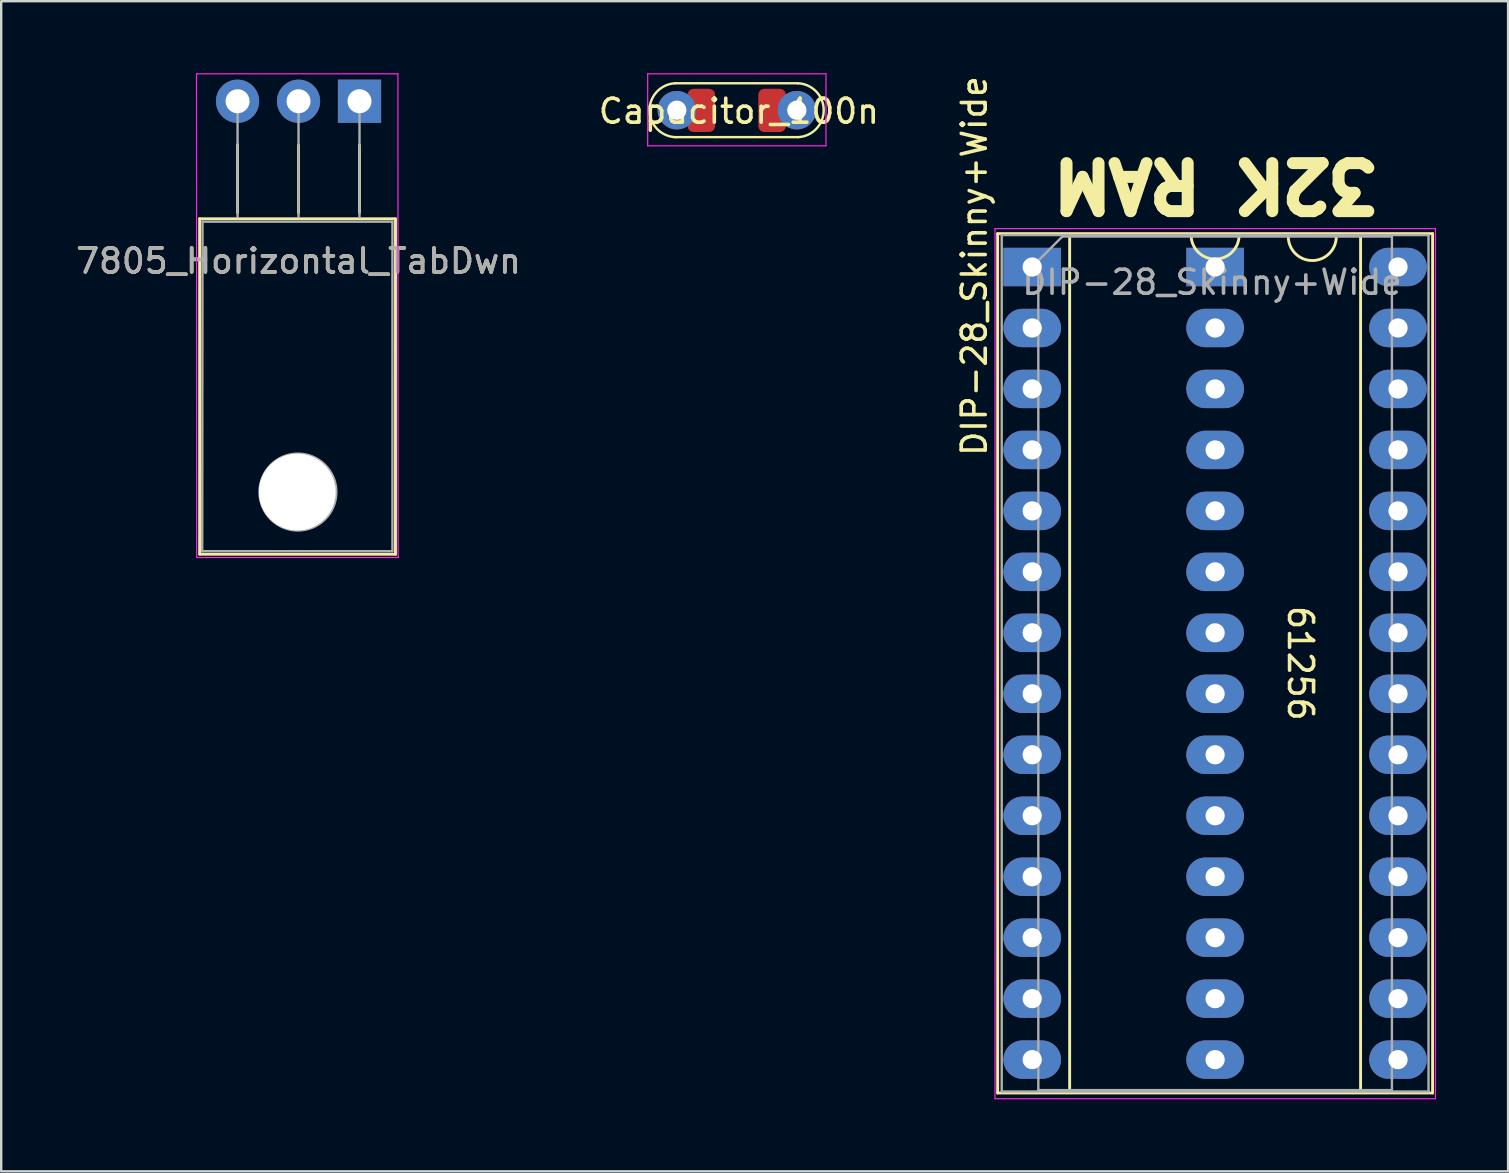
<source format=kicad_pcb>
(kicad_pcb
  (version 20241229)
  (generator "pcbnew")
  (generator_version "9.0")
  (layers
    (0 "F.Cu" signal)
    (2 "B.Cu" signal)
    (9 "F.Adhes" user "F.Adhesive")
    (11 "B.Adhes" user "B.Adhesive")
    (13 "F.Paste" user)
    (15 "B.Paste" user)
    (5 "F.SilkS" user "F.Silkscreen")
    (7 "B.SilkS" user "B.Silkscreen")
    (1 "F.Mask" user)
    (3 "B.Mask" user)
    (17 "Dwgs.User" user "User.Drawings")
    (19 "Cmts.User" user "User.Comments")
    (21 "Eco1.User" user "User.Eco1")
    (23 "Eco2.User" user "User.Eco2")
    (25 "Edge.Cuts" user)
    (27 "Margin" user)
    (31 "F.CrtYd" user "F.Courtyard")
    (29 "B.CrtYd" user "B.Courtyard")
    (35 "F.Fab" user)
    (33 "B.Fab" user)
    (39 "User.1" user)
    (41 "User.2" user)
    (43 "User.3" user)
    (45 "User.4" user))
  (footprint "DIP-28_Skinny+Wide"
    (layer "F.Cu")
    (at 39.952 8.074)
    (property "Reference" "DIP-28_Skinny+Wide" (at -2.413 -0.044 270) (layer "F.SilkS") (effects (font (size 1 1) (thickness 0.15))))
    (attr through_hole)
    (fp_line (start -1.44 -1.39) (end -1.44 34.41) (stroke (width 0.12) (type solid)) (layer "F.SilkS"))
    (fp_line (start -1.44 34.41) (end 16.68 34.41) (stroke (width 0.12) (type solid)) (layer "F.SilkS"))
    (fp_line (start 1.56 -1.33) (end 1.56 34.35) (stroke (width 0.12) (type solid)) (layer "F.SilkS"))
    (fp_line (start 1.56 34.35) (end 13.68 34.35) (stroke (width 0.12) (type solid)) (layer "F.SilkS"))
    (fp_line (start 6.62 -1.33) (end 1.56 -1.33) (stroke (width 0.12) (type solid)) (layer "F.SilkS"))
    (fp_line (start 13.68 -1.33) (end 8.62 -1.33) (stroke (width 0.12) (type solid)) (layer "F.SilkS"))
    (fp_line (start 13.68 34.35) (end 13.68 -1.33) (stroke (width 0.12) (type solid)) (layer "F.SilkS"))
    (fp_line (start 16.68 -1.39) (end -1.44 -1.39) (stroke (width 0.12) (type solid)) (layer "F.SilkS"))
    (fp_line (start 16.68 34.41) (end 16.68 -1.39) (stroke (width 0.12) (type solid)) (layer "F.SilkS"))
    (fp_arc (start 8.62 -1.33) (mid 7.62 -0.33) (end 6.62 -1.33) (stroke (width 0.12) (type solid)) (layer "F.SilkS"))
    (fp_arc (start 12.668 -1.27) (mid 11.668 -0.27) (end 10.668 -1.27) (stroke (width 0.12) (type solid)) (layer "F.SilkS"))
    (fp_line (start -1.55 -1.6) (end -1.55 34.65) (stroke (width 0.05) (type solid)) (layer "F.CrtYd"))
    (fp_line (start -1.55 34.65) (end 16.8 34.65) (stroke (width 0.05) (type solid)) (layer "F.CrtYd"))
    (fp_line (start 16.8 -1.6) (end -1.55 -1.6) (stroke (width 0.05) (type solid)) (layer "F.CrtYd"))
    (fp_line (start 16.8 34.65) (end 16.8 -1.6) (stroke (width 0.05) (type solid)) (layer "F.CrtYd"))
    (fp_line (start -1.27 -1.33) (end -1.27 34.35) (stroke (width 0.1) (type solid)) (layer "F.Fab"))
    (fp_line (start -1.27 34.35) (end 16.51 34.35) (stroke (width 0.1) (type solid)) (layer "F.Fab"))
    (fp_line (start 0.255 -0.27) (end 1.255 -1.27) (stroke (width 0.1) (type solid)) (layer "F.Fab"))
    (fp_line (start 0.255 34.29) (end 0.255 -0.27) (stroke (width 0.1) (type solid)) (layer "F.Fab"))
    (fp_line (start 1.255 -1.27) (end 14.985 -1.27) (stroke (width 0.1) (type solid)) (layer "F.Fab"))
    (fp_line (start 14.985 -1.27) (end 14.985 34.29) (stroke (width 0.1) (type solid)) (layer "F.Fab"))
    (fp_line (start 14.985 34.29) (end 0.255 34.29) (stroke (width 0.1) (type solid)) (layer "F.Fab"))
    (fp_line (start 16.51 -1.33) (end -1.27 -1.33) (stroke (width 0.1) (type solid)) (layer "F.Fab"))
    (fp_line (start 16.51 34.35) (end 16.51 -1.33) (stroke (width 0.1) (type solid)) (layer "F.Fab"))
    (fp_text user "61256" (at 11.176 16.51 270) (unlocked yes) (layer "F.SilkS") (effects (font (size 1 1) (thickness 0.15))))
    (fp_text user "32K RAM" (at 7.62 -3.429 180) (unlocked yes) (layer "F.SilkS") (effects (font (size 2 2) (thickness 0.5))))
    (fp_text user "${REFERENCE}" (at 7.493 0.635 180) (layer "F.Fab") (effects (font (size 1 1) (thickness 0.15))))
    (pad "1" thru_hole rect (at 0 0) (size 2.4 1.6) (drill 0.8) (layers "*.Cu" "*.Mask"))
    (pad "1" thru_hole rect (at 7.62 0) (size 2.4 1.6) (drill 0.8) (layers "*.Cu" "*.Mask"))
    (pad "2" thru_hole oval (at 0 2.54) (size 2.4 1.6) (drill 0.8) (layers "*.Cu" "*.Mask"))
    (pad "2" thru_hole oval (at 7.62 2.54) (size 2.4 1.6) (drill 0.8) (layers "*.Cu" "*.Mask"))
    (pad "3" thru_hole oval (at 0 5.08) (size 2.4 1.6) (drill 0.8) (layers "*.Cu" "*.Mask"))
    (pad "3" thru_hole oval (at 7.62 5.08) (size 2.4 1.6) (drill 0.8) (layers "*.Cu" "*.Mask"))
    (pad "4" thru_hole oval (at 0 7.62) (size 2.4 1.6) (drill 0.8) (layers "*.Cu" "*.Mask"))
    (pad "4" thru_hole oval (at 7.62 7.62) (size 2.4 1.6) (drill 0.8) (layers "*.Cu" "*.Mask"))
    (pad "5" thru_hole oval (at 0 10.16) (size 2.4 1.6) (drill 0.8) (layers "*.Cu" "*.Mask"))
    (pad "5" thru_hole oval (at 7.62 10.16) (size 2.4 1.6) (drill 0.8) (layers "*.Cu" "*.Mask"))
    (pad "6" thru_hole oval (at 0 12.7) (size 2.4 1.6) (drill 0.8) (layers "*.Cu" "*.Mask"))
    (pad "6" thru_hole oval (at 7.62 12.7) (size 2.4 1.6) (drill 0.8) (layers "*.Cu" "*.Mask"))
    (pad "7" thru_hole oval (at 0 15.24) (size 2.4 1.6) (drill 0.8) (layers "*.Cu" "*.Mask"))
    (pad "7" thru_hole oval (at 7.62 15.24) (size 2.4 1.6) (drill 0.8) (layers "*.Cu" "*.Mask"))
    (pad "8" thru_hole oval (at 0 17.78) (size 2.4 1.6) (drill 0.8) (layers "*.Cu" "*.Mask"))
    (pad "8" thru_hole oval (at 7.62 17.78) (size 2.4 1.6) (drill 0.8) (layers "*.Cu" "*.Mask"))
    (pad "9" thru_hole oval (at 0 20.32) (size 2.4 1.6) (drill 0.8) (layers "*.Cu" "*.Mask"))
    (pad "9" thru_hole oval (at 7.62 20.32) (size 2.4 1.6) (drill 0.8) (layers "*.Cu" "*.Mask"))
    (pad "10" thru_hole oval (at 0 22.86) (size 2.4 1.6) (drill 0.8) (layers "*.Cu" "*.Mask"))
    (pad "10" thru_hole oval (at 7.62 22.86) (size 2.4 1.6) (drill 0.8) (layers "*.Cu" "*.Mask"))
    (pad "11" thru_hole oval (at 0 25.4) (size 2.4 1.6) (drill 0.8) (layers "*.Cu" "*.Mask"))
    (pad "11" thru_hole oval (at 7.62 25.4) (size 2.4 1.6) (drill 0.8) (layers "*.Cu" "*.Mask"))
    (pad "12" thru_hole oval (at 0 27.94) (size 2.4 1.6) (drill 0.8) (layers "*.Cu" "*.Mask"))
    (pad "12" thru_hole oval (at 7.62 27.94) (size 2.4 1.6) (drill 0.8) (layers "*.Cu" "*.Mask"))
    (pad "13" thru_hole oval (at 0 30.48) (size 2.4 1.6) (drill 0.8) (layers "*.Cu" "*.Mask"))
    (pad "13" thru_hole oval (at 7.62 30.48) (size 2.4 1.6) (drill 0.8) (layers "*.Cu" "*.Mask"))
    (pad "14" thru_hole oval (at 0 33.02) (size 2.4 1.6) (drill 0.8) (layers "*.Cu" "*.Mask"))
    (pad "14" thru_hole oval (at 7.62 33.02) (size 2.4 1.6) (drill 0.8) (layers "*.Cu" "*.Mask"))
    (pad "15" thru_hole oval (at 15.24 33.02) (size 2.4 1.6) (drill 0.8) (layers "*.Cu" "*.Mask"))
    (pad "16" thru_hole oval (at 15.24 30.48) (size 2.4 1.6) (drill 0.8) (layers "*.Cu" "*.Mask"))
    (pad "17" thru_hole oval (at 15.24 27.94) (size 2.4 1.6) (drill 0.8) (layers "*.Cu" "*.Mask"))
    (pad "18" thru_hole oval (at 15.24 25.4) (size 2.4 1.6) (drill 0.8) (layers "*.Cu" "*.Mask"))
    (pad "19" thru_hole oval (at 15.24 22.86) (size 2.4 1.6) (drill 0.8) (layers "*.Cu" "*.Mask"))
    (pad "20" thru_hole oval (at 15.24 20.32) (size 2.4 1.6) (drill 0.8) (layers "*.Cu" "*.Mask"))
    (pad "21" thru_hole oval (at 15.24 17.78) (size 2.4 1.6) (drill 0.8) (layers "*.Cu" "*.Mask"))
    (pad "22" thru_hole oval (at 15.24 15.24) (size 2.4 1.6) (drill 0.8) (layers "*.Cu" "*.Mask"))
    (pad "23" thru_hole oval (at 15.24 12.7) (size 2.4 1.6) (drill 0.8) (layers "*.Cu" "*.Mask"))
    (pad "24" thru_hole oval (at 15.24 10.16) (size 2.4 1.6) (drill 0.8) (layers "*.Cu" "*.Mask"))
    (pad "25" thru_hole oval (at 15.24 7.62) (size 2.4 1.6) (drill 0.8) (layers "*.Cu" "*.Mask"))
    (pad "26" thru_hole oval (at 15.24 5.08) (size 2.4 1.6) (drill 0.8) (layers "*.Cu" "*.Mask"))
    (pad "27" thru_hole oval (at 15.24 2.54) (size 2.4 1.6) (drill 0.8) (layers "*.Cu" "*.Mask"))
    (pad "28" thru_hole oval (at 15.24 0) (size 2.4 1.6) (drill 0.8) (layers "*.Cu" "*.Mask")))
  (footprint "Capacitor_100n"
    (layer "F.Cu")
    (at 25.146 1.541)
    (property "Reference" "Capacitor_100n" (at 2.586 0.044 180) (layer "F.SilkS") (effects (font (size 1 1) (thickness 0.15))))
    (attr through_hole)
    (fp_line (start -0.064 -1.122) (end 5.042 -1.122) (stroke (width 0.1) (type solid)) (layer "F.SilkS"))
    (fp_line (start -0.058 1.123) (end 5.049 1.123) (stroke (width 0.1) (type solid)) (layer "F.SilkS"))
    (fp_arc (start -0.057569 1.123299) (mid -1.136599 0.003726) (end -0.064172 -1.122175) (stroke (width 0.1) (type default)) (layer "F.SilkS"))
    (fp_arc (start 5.041948 -1.122175) (mid 6.120978 -0.002602) (end 5.048551 1.123299) (stroke (width 0.1) (type default)) (layer "F.SilkS"))
    (fp_line (start -1.214 -1.516) (end -1.214 1.484) (stroke (width 0.05) (type solid)) (layer "F.CrtYd"))
    (fp_line (start -1.214 1.484) (end 6.214 1.484) (stroke (width 0.05) (type solid)) (layer "F.CrtYd"))
    (fp_line (start 6.214 -1.516) (end -1.214 -1.516) (stroke (width 0.05) (type solid)) (layer "F.CrtYd"))
    (fp_line (start 6.214 1.484) (end 6.214 -1.516) (stroke (width 0.05) (type solid)) (layer "F.CrtYd"))
    (pad "1" thru_hole circle (at 0 0) (size 1.6 1.6) (drill 0.8) (layers "*.Cu" "*.Mask"))
    (pad "1" smd roundrect (at 1.019 0.009) (size 1.15 1.8) (layers "F.Cu" "F.Mask" "F.Paste") (roundrect_rratio 0.217))
    (pad "2" smd roundrect (at 3.969 0.009) (size 1.15 1.8) (layers "F.Cu" "F.Mask" "F.Paste") (roundrect_rratio 0.217))
    (pad "2" thru_hole circle (at 5 0) (size 1.6 1.6) (drill 0.8) (layers "*.Cu" "*.Mask")))
  (footprint "7805_Horizontal_TabDwn"
    (layer "F.Cu")
    (at 6.847 1.168)
    (property "Reference" "7805_Horizontal_TabDwn" (at 2.54 6.655 180) (layer "F.SilkS") (effects (font (size 1 1) (thickness 0.15))))
    (attr through_hole)
    (fp_line (start -1.58 4.896) (end -1.58 18.872) (stroke (width 0.12) (type solid)) (layer "F.SilkS"))
    (fp_line (start -1.58 4.896) (end 6.579 4.896) (stroke (width 0.12) (type solid)) (layer "F.SilkS"))
    (fp_line (start -1.575 18.872) (end 6.579 18.872) (stroke (width 0.12) (type solid)) (layer "F.SilkS"))
    (fp_line (start 0 1.812) (end 0 4.642) (stroke (width 0.12) (type solid)) (layer "F.SilkS"))
    (fp_line (start 2.54 1.828) (end 2.54 4.642) (stroke (width 0.12) (type solid)) (layer "F.SilkS"))
    (fp_line (start 5.08 1.828) (end 5.08 4.642) (stroke (width 0.12) (type solid)) (layer "F.SilkS"))
    (fp_line (start 6.579 4.902) (end 6.579 18.872) (stroke (width 0.12) (type solid)) (layer "F.SilkS"))
    (fp_line (start -1.71 -1.143) (end -1.702 19.009) (stroke (width 0.05) (type solid)) (layer "F.CrtYd"))
    (fp_line (start -1.702 19.009) (end 6.688 19.009) (stroke (width 0.05) (type solid)) (layer "F.CrtYd"))
    (fp_line (start 6.68 -1.143) (end -1.71 -1.143) (stroke (width 0.05) (type solid)) (layer "F.CrtYd"))
    (fp_line (start 6.688 19.009) (end 6.68 -1.143) (stroke (width 0.05) (type solid)) (layer "F.CrtYd"))
    (fp_line (start -1.473 18.745) (end 6.452 18.745) (stroke (width 0.1) (type solid)) (layer "F.Fab"))
    (fp_line (start -1.46 5.016) (end -1.473 18.745) (stroke (width 0.1) (type solid)) (layer "F.Fab"))
    (fp_line (start 0 4.826) (end 0 0) (stroke (width 0.1) (type solid)) (layer "F.Fab"))
    (fp_line (start 2.54 4.826) (end 2.54 0) (stroke (width 0.1) (type solid)) (layer "F.Fab"))
    (fp_line (start 5.08 4.826) (end 5.08 0) (stroke (width 0.1) (type solid)) (layer "F.Fab"))
    (fp_line (start 6.452 5.016) (end -1.46 5.016) (stroke (width 0.1) (type solid)) (layer "F.Fab"))
    (fp_line (start 6.452 18.745) (end 6.452 5.016) (stroke (width 0.1) (type solid)) (layer "F.Fab"))
    (fp_circle (center 2.515 16.281) (end 4.115 16.281) (stroke (width 0.1) (type solid)) (fill no) (layer "F.Fab"))
    (fp_text user "${REFERENCE}" (at 2.54 6.655 0) (layer "F.Fab") (effects (font (size 1 1) (thickness 0.15))))
    (pad "" np_thru_hole oval (at 2.489 16.281) (size 3.2 3.2) (drill 3.2) (layers "*.Cu" "*.Mask"))
    (pad "1" thru_hole rect (at 5.08 0) (size 1.8 1.8) (drill 1) (layers "*.Cu" "*.Mask"))
    (pad "2" thru_hole oval (at 2.54 0) (size 1.8 1.8) (drill 1) (layers "*.Cu" "*.Mask"))
    (pad "3" thru_hole circle (at 0 0) (size 1.8 1.8) (drill 1) (layers "*.Cu" "*.Mask")))
  (gr_rect
    (start -3 -3)
    (end 59.777 45.749)
    (stroke (width 0.1) (type default))
    (fill no)
    (layer "Edge.Cuts")))
</source>
